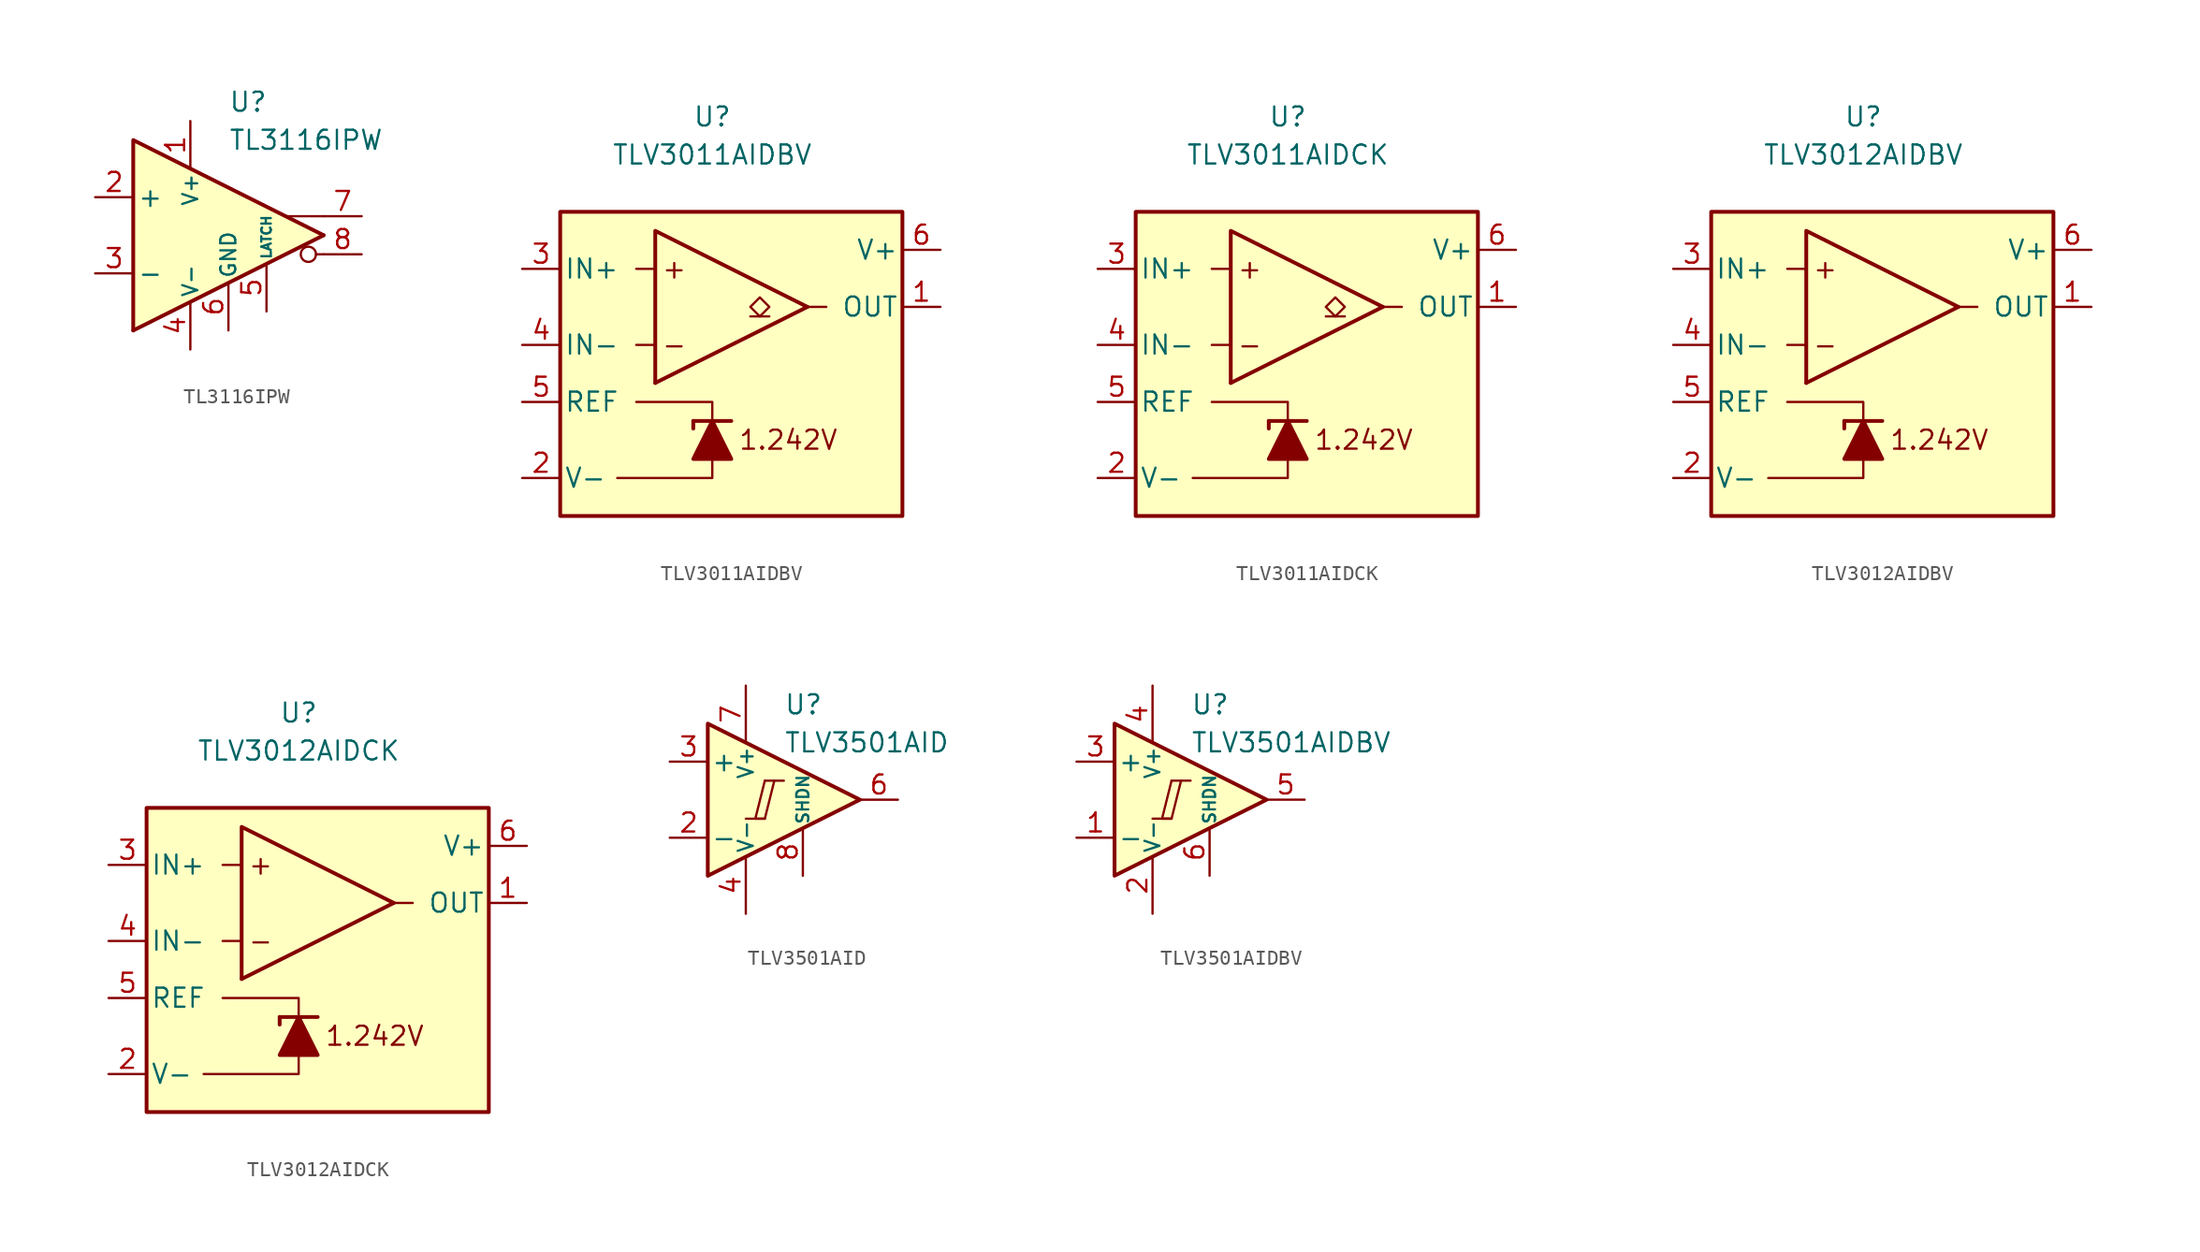
<source format=kicad_sym>
(kicad_symbol_lib
  (version 20211014)
  (generator kicad_symbol_editor)
  (symbol "TL3116IPW"
    (pin_names
      (offset 0.254))
    (property "Reference" "U"
      (at 0 8.89 0)
      (effects (font (size 1.27 1.27)) (justify left)))
    (property "Value" "TL3116IPW"
      (at 0 6.35 0)
      (effects (font (size 1.27 1.27)) (justify left)))
    (symbol "TL3116IPW_0_0"
      (polyline (pts (xy 6.35 -1.27) (xy 5.842 -1.27)) (stroke (width 0.152) (type default) (color 0 0 0 0)) (fill (type none)))
      (polyline (pts (xy 6.35 0) (xy -6.35 -6.35)) (stroke (width 0.254) (type default) (color 0 0 0 0)) (fill (type none)))
      (polyline (pts (xy 6.35 1.27) (xy 3.81 1.27)) (stroke (width 0.152) (type default) (color 0 0 0 0)) (fill (type none)))
      (polyline (pts (xy 6.35 0) (xy -6.35 6.35) (xy -6.35 -6.35)) (stroke (width 0.254) (type default) (color 0 0 0 0)) (fill (type background)))
      (circle (center 5.334 -1.27) (radius 0.508) (stroke (width 0.152) (type default) (color 0 0 0 0)) (fill (type none))))
    (symbol "TL3116IPW_1_1"
      (pin power_in line (at -2.54 7.62 270) (length 3.18) (name "V+" (effects (font (size 1 1)))) (number "1" (effects (font (size 1.27 1.27)))))
      (pin input line (at -8.89 2.54 0) (length 2.54) (name "+" (effects (font (size 1.27 1.27)))) (number "2" (effects (font (size 1.27 1.27)))))
      (pin input line (at -8.89 -2.54 0) (length 2.54) (name "-" (effects (font (size 1.27 1.27)))) (number "3" (effects (font (size 1.27 1.27)))))
      (pin power_in line (at -2.54 -7.62 90) (length 3.18) (name "V-" (effects (font (size 1 1)))) (number "4" (effects (font (size 1.27 1.27)))))
      (pin input line (at 2.54 -5.08 90) (length 3.18) (name "LATCH" (effects (font (size 0.635 0.635)))) (number "5" (effects (font (size 1.27 1.27)))))
      (pin power_in line (at 0 -6.35 90) (length 3.18) (name "GND" (effects (font (size 1 1)))) (number "6" (effects (font (size 1.27 1.27)))))
      (pin output line (at 8.89 1.27 180) (length 2.54) (name "~" (effects (font (size 1.27 1.27)))) (number "7" (effects (font (size 1.27 1.27)))))
      (pin output line (at 8.89 -1.27 180) (length 2.54) (name "~" (effects (font (size 1.27 1.27)))) (number "8" (effects (font (size 1.27 1.27)))))))
  (symbol "TLV3011AIDBV"
    (pin_names
      (offset 0.254))
    (property "Reference" "U"
      (at 0 16.51 0)
      (effects (font (size 1.27 1.27))))
    (property "Value" "TLV3011AIDBV"
      (at 0 13.97 0)
      (effects (font (size 1.27 1.27))))
    (symbol "TLV3011AIDBV_0_0"
      (polyline (pts (xy 6.35 3.81) (xy -3.81 -1.27)) (stroke (width 0.254) (type default) (color 0 0 0 0)) (fill (type none)))
      (polyline (pts (xy 6.35 3.81) (xy -3.81 8.89) (xy -3.81 -1.27)) (stroke (width 0.254) (type default) (color 0 0 0 0)) (fill (type background)))
      (text "+" (at -2.54 6.35 0) (effects (font (size 1.27 1.27))))
      (text "-" (at -2.54 1.27 0) (effects (font (size 1.27 1.27))))
      (text "1.242V" (at 5.08 -5.08 0) (effects (font (size 1.27 1.27)))))
    (symbol "TLV3011AIDBV_0_1"
      (rectangle (start -10.16 10.16) (end 12.7 -10.16) (stroke (width 0.254) (type default) (color 0 0 0 0)) (fill (type background)))
      (polyline (pts (xy -3.81 1.27) (xy -5.08 1.27)) (stroke (width 0) (type default) (color 0 0 0 0)) (fill (type none)))
      (polyline (pts (xy -3.81 6.35) (xy -5.08 6.35)) (stroke (width 0) (type default) (color 0 0 0 0)) (fill (type none)))
      (polyline (pts (xy -1.27 -3.81) (xy -1.27 -4.318)) (stroke (width 0.254) (type default) (color 0 0 0 0)) (fill (type none)))
      (polyline (pts (xy -1.27 -3.81) (xy 1.27 -3.81)) (stroke (width 0.254) (type default) (color 0 0 0 0)) (fill (type none)))
      (polyline (pts (xy 6.35 3.81) (xy 7.62 3.81)) (stroke (width 0) (type default) (color 0 0 0 0)) (fill (type none)))
      (polyline (pts (xy 0 -6.35) (xy 0 -7.62) (xy -6.35 -7.62)) (stroke (width 0) (type default) (color 0 0 0 0)) (fill (type none)))
      (polyline (pts (xy 0 -3.81) (xy 0 -2.54) (xy -5.08 -2.54)) (stroke (width 0) (type default) (color 0 0 0 0)) (fill (type none)))
      (polyline (pts (xy 1.27 -6.35) (xy -1.27 -6.35) (xy 0 -3.81) (xy 1.27 -6.35)) (stroke (width 0.254) (type default) (color 0 0 0 0)) (fill (type outline))))
    (symbol "TLV3011AIDBV_1_1"
      (polyline (pts (xy 3.81 3.175) (xy 2.54 3.175)) (stroke (width 0.152) (type default) (color 0 0 0 0)) (fill (type none)))
      (polyline (pts (xy 3.175 3.175) (xy 2.54 3.81) (xy 3.175 4.445) (xy 3.81 3.81) (xy 3.175 3.175)) (stroke (width 0.152) (type default) (color 0 0 0 0)) (fill (type none)))
      (pin open_collector line (at 15.24 3.81 180) (length 2.54) (name "OUT" (effects (font (size 1.27 1.27)))) (number "1" (effects (font (size 1.27 1.27)))))
      (pin power_in line (at -12.7 -7.62 0) (length 2.54) (name "V-" (effects (font (size 1.27 1.27)))) (number "2" (effects (font (size 1.27 1.27)))))
      (pin input line (at -12.7 6.35 0) (length 2.54) (name "IN+" (effects (font (size 1.27 1.27)))) (number "3" (effects (font (size 1.27 1.27)))))
      (pin input line (at -12.7 1.27 0) (length 2.54) (name "IN-" (effects (font (size 1.27 1.27)))) (number "4" (effects (font (size 1.27 1.27)))))
      (pin output line (at -12.7 -2.54 0) (length 2.54) (name "REF" (effects (font (size 1.27 1.27)))) (number "5" (effects (font (size 1.27 1.27)))))
      (pin power_in line (at 15.24 7.62 180) (length 2.54) (name "V+" (effects (font (size 1.27 1.27)))) (number "6" (effects (font (size 1.27 1.27)))))))
  (symbol "TLV3011AIDCK"
    (pin_names
      (offset 0.254))
    (property "Reference" "U"
      (at 0 16.51 0)
      (effects (font (size 1.27 1.27))))
    (property "Value" "TLV3011AIDCK"
      (at 0 13.97 0)
      (effects (font (size 1.27 1.27))))
    (symbol "TLV3011AIDCK_0_0"
      (polyline (pts (xy 6.35 3.81) (xy -3.81 -1.27)) (stroke (width 0.254) (type default) (color 0 0 0 0)) (fill (type none)))
      (polyline (pts (xy 6.35 3.81) (xy -3.81 8.89) (xy -3.81 -1.27)) (stroke (width 0.254) (type default) (color 0 0 0 0)) (fill (type background)))
      (text "+" (at -2.54 6.35 0) (effects (font (size 1.27 1.27))))
      (text "-" (at -2.54 1.27 0) (effects (font (size 1.27 1.27))))
      (text "1.242V" (at 5.08 -5.08 0) (effects (font (size 1.27 1.27)))))
    (symbol "TLV3011AIDCK_0_1"
      (rectangle (start -10.16 10.16) (end 12.7 -10.16) (stroke (width 0.254) (type default) (color 0 0 0 0)) (fill (type background)))
      (polyline (pts (xy -3.81 1.27) (xy -5.08 1.27)) (stroke (width 0) (type default) (color 0 0 0 0)) (fill (type none)))
      (polyline (pts (xy -3.81 6.35) (xy -5.08 6.35)) (stroke (width 0) (type default) (color 0 0 0 0)) (fill (type none)))
      (polyline (pts (xy -1.27 -3.81) (xy -1.27 -4.318)) (stroke (width 0.254) (type default) (color 0 0 0 0)) (fill (type none)))
      (polyline (pts (xy -1.27 -3.81) (xy 1.27 -3.81)) (stroke (width 0.254) (type default) (color 0 0 0 0)) (fill (type none)))
      (polyline (pts (xy 6.35 3.81) (xy 7.62 3.81)) (stroke (width 0) (type default) (color 0 0 0 0)) (fill (type none)))
      (polyline (pts (xy 0 -6.35) (xy 0 -7.62) (xy -6.35 -7.62)) (stroke (width 0) (type default) (color 0 0 0 0)) (fill (type none)))
      (polyline (pts (xy 0 -3.81) (xy 0 -2.54) (xy -5.08 -2.54)) (stroke (width 0) (type default) (color 0 0 0 0)) (fill (type none)))
      (polyline (pts (xy 1.27 -6.35) (xy -1.27 -6.35) (xy 0 -3.81) (xy 1.27 -6.35)) (stroke (width 0.254) (type default) (color 0 0 0 0)) (fill (type outline))))
    (symbol "TLV3011AIDCK_1_1"
      (polyline (pts (xy 3.81 3.175) (xy 2.54 3.175)) (stroke (width 0.152) (type default) (color 0 0 0 0)) (fill (type none)))
      (polyline (pts (xy 3.175 3.175) (xy 2.54 3.81) (xy 3.175 4.445) (xy 3.81 3.81) (xy 3.175 3.175)) (stroke (width 0.152) (type default) (color 0 0 0 0)) (fill (type none)))
      (pin open_collector line (at 15.24 3.81 180) (length 2.54) (name "OUT" (effects (font (size 1.27 1.27)))) (number "1" (effects (font (size 1.27 1.27)))))
      (pin power_in line (at -12.7 -7.62 0) (length 2.54) (name "V-" (effects (font (size 1.27 1.27)))) (number "2" (effects (font (size 1.27 1.27)))))
      (pin input line (at -12.7 6.35 0) (length 2.54) (name "IN+" (effects (font (size 1.27 1.27)))) (number "3" (effects (font (size 1.27 1.27)))))
      (pin input line (at -12.7 1.27 0) (length 2.54) (name "IN-" (effects (font (size 1.27 1.27)))) (number "4" (effects (font (size 1.27 1.27)))))
      (pin output line (at -12.7 -2.54 0) (length 2.54) (name "REF" (effects (font (size 1.27 1.27)))) (number "5" (effects (font (size 1.27 1.27)))))
      (pin power_in line (at 15.24 7.62 180) (length 2.54) (name "V+" (effects (font (size 1.27 1.27)))) (number "6" (effects (font (size 1.27 1.27)))))))
  (symbol "TLV3012AIDBV"
    (pin_names
      (offset 0.254))
    (property "Reference" "U"
      (at 0 16.51 0)
      (effects (font (size 1.27 1.27))))
    (property "Value" "TLV3012AIDBV"
      (at 0 13.97 0)
      (effects (font (size 1.27 1.27))))
    (symbol "TLV3012AIDBV_0_0"
      (polyline (pts (xy 6.35 3.81) (xy -3.81 -1.27)) (stroke (width 0.254) (type default) (color 0 0 0 0)) (fill (type none)))
      (polyline (pts (xy 6.35 3.81) (xy -3.81 8.89) (xy -3.81 -1.27)) (stroke (width 0.254) (type default) (color 0 0 0 0)) (fill (type background)))
      (text "+" (at -2.54 6.35 0) (effects (font (size 1.27 1.27))))
      (text "-" (at -2.54 1.27 0) (effects (font (size 1.27 1.27))))
      (text "1.242V" (at 5.08 -5.08 0) (effects (font (size 1.27 1.27)))))
    (symbol "TLV3012AIDBV_0_1"
      (rectangle (start -10.16 10.16) (end 12.7 -10.16) (stroke (width 0.254) (type default) (color 0 0 0 0)) (fill (type background)))
      (polyline (pts (xy -3.81 1.27) (xy -5.08 1.27)) (stroke (width 0) (type default) (color 0 0 0 0)) (fill (type none)))
      (polyline (pts (xy -3.81 6.35) (xy -5.08 6.35)) (stroke (width 0) (type default) (color 0 0 0 0)) (fill (type none)))
      (polyline (pts (xy -1.27 -3.81) (xy -1.27 -4.318)) (stroke (width 0.254) (type default) (color 0 0 0 0)) (fill (type none)))
      (polyline (pts (xy -1.27 -3.81) (xy 1.27 -3.81)) (stroke (width 0.254) (type default) (color 0 0 0 0)) (fill (type none)))
      (polyline (pts (xy 6.35 3.81) (xy 7.62 3.81)) (stroke (width 0) (type default) (color 0 0 0 0)) (fill (type none)))
      (polyline (pts (xy 0 -6.35) (xy 0 -7.62) (xy -6.35 -7.62)) (stroke (width 0) (type default) (color 0 0 0 0)) (fill (type none)))
      (polyline (pts (xy 0 -3.81) (xy 0 -2.54) (xy -5.08 -2.54)) (stroke (width 0) (type default) (color 0 0 0 0)) (fill (type none)))
      (polyline (pts (xy 1.27 -6.35) (xy -1.27 -6.35) (xy 0 -3.81) (xy 1.27 -6.35)) (stroke (width 0.254) (type default) (color 0 0 0 0)) (fill (type outline))))
    (symbol "TLV3012AIDBV_1_1"
      (pin output line (at 15.24 3.81 180) (length 2.54) (name "OUT" (effects (font (size 1.27 1.27)))) (number "1" (effects (font (size 1.27 1.27)))))
      (pin power_in line (at -12.7 -7.62 0) (length 2.54) (name "V-" (effects (font (size 1.27 1.27)))) (number "2" (effects (font (size 1.27 1.27)))))
      (pin input line (at -12.7 6.35 0) (length 2.54) (name "IN+" (effects (font (size 1.27 1.27)))) (number "3" (effects (font (size 1.27 1.27)))))
      (pin input line (at -12.7 1.27 0) (length 2.54) (name "IN-" (effects (font (size 1.27 1.27)))) (number "4" (effects (font (size 1.27 1.27)))))
      (pin output line (at -12.7 -2.54 0) (length 2.54) (name "REF" (effects (font (size 1.27 1.27)))) (number "5" (effects (font (size 1.27 1.27)))))
      (pin power_in line (at 15.24 7.62 180) (length 2.54) (name "V+" (effects (font (size 1.27 1.27)))) (number "6" (effects (font (size 1.27 1.27)))))))
  (symbol "TLV3012AIDCK"
    (pin_names
      (offset 0.254))
    (property "Reference" "U"
      (at 0 16.51 0)
      (effects (font (size 1.27 1.27))))
    (property "Value" "TLV3012AIDCK"
      (at 0 13.97 0)
      (effects (font (size 1.27 1.27))))
    (symbol "TLV3012AIDCK_0_0"
      (polyline (pts (xy 6.35 3.81) (xy -3.81 -1.27)) (stroke (width 0.254) (type default) (color 0 0 0 0)) (fill (type none)))
      (polyline (pts (xy 6.35 3.81) (xy -3.81 8.89) (xy -3.81 -1.27)) (stroke (width 0.254) (type default) (color 0 0 0 0)) (fill (type background)))
      (text "+" (at -2.54 6.35 0) (effects (font (size 1.27 1.27))))
      (text "-" (at -2.54 1.27 0) (effects (font (size 1.27 1.27))))
      (text "1.242V" (at 5.08 -5.08 0) (effects (font (size 1.27 1.27)))))
    (symbol "TLV3012AIDCK_0_1"
      (rectangle (start -10.16 10.16) (end 12.7 -10.16) (stroke (width 0.254) (type default) (color 0 0 0 0)) (fill (type background)))
      (polyline (pts (xy -3.81 1.27) (xy -5.08 1.27)) (stroke (width 0) (type default) (color 0 0 0 0)) (fill (type none)))
      (polyline (pts (xy -3.81 6.35) (xy -5.08 6.35)) (stroke (width 0) (type default) (color 0 0 0 0)) (fill (type none)))
      (polyline (pts (xy -1.27 -3.81) (xy -1.27 -4.318)) (stroke (width 0.254) (type default) (color 0 0 0 0)) (fill (type none)))
      (polyline (pts (xy -1.27 -3.81) (xy 1.27 -3.81)) (stroke (width 0.254) (type default) (color 0 0 0 0)) (fill (type none)))
      (polyline (pts (xy 6.35 3.81) (xy 7.62 3.81)) (stroke (width 0) (type default) (color 0 0 0 0)) (fill (type none)))
      (polyline (pts (xy 0 -6.35) (xy 0 -7.62) (xy -6.35 -7.62)) (stroke (width 0) (type default) (color 0 0 0 0)) (fill (type none)))
      (polyline (pts (xy 0 -3.81) (xy 0 -2.54) (xy -5.08 -2.54)) (stroke (width 0) (type default) (color 0 0 0 0)) (fill (type none)))
      (polyline (pts (xy 1.27 -6.35) (xy -1.27 -6.35) (xy 0 -3.81) (xy 1.27 -6.35)) (stroke (width 0.254) (type default) (color 0 0 0 0)) (fill (type outline))))
    (symbol "TLV3012AIDCK_1_1"
      (pin output line (at 15.24 3.81 180) (length 2.54) (name "OUT" (effects (font (size 1.27 1.27)))) (number "1" (effects (font (size 1.27 1.27)))))
      (pin power_in line (at -12.7 -7.62 0) (length 2.54) (name "V-" (effects (font (size 1.27 1.27)))) (number "2" (effects (font (size 1.27 1.27)))))
      (pin input line (at -12.7 6.35 0) (length 2.54) (name "IN+" (effects (font (size 1.27 1.27)))) (number "3" (effects (font (size 1.27 1.27)))))
      (pin input line (at -12.7 1.27 0) (length 2.54) (name "IN-" (effects (font (size 1.27 1.27)))) (number "4" (effects (font (size 1.27 1.27)))))
      (pin output line (at -12.7 -2.54 0) (length 2.54) (name "REF" (effects (font (size 1.27 1.27)))) (number "5" (effects (font (size 1.27 1.27)))))
      (pin power_in line (at 15.24 7.62 180) (length 2.54) (name "V+" (effects (font (size 1.27 1.27)))) (number "6" (effects (font (size 1.27 1.27)))))))
  (symbol "TLV3501AID"
    (pin_names
      (offset 0.2))
    (property "Reference" "U"
      (at 1.27 6.35 0)
      (effects (font (size 1.27 1.27)) (justify left)))
    (property "Value" "TLV3501AID"
      (at 1.27 3.81 0)
      (effects (font (size 1.27 1.27)) (justify left)))
    (symbol "TLV3501AID_0_0"
      (polyline (pts (xy -1.27 -1.27) (xy 0 -1.27)) (stroke (width 0.152) (type default) (color 0 0 0 0)) (fill (type none)))
      (polyline (pts (xy 0 1.27) (xy 1.27 1.27)) (stroke (width 0.152) (type default) (color 0 0 0 0)) (fill (type none)))
      (polyline (pts (xy 0 1.27) (xy -0.635 -1.27) (xy 0 -1.27) (xy 0.635 1.27)) (stroke (width 0.152) (type default) (color 0 0 0 0)) (fill (type none))))
    (symbol "TLV3501AID_0_1"
      (polyline (pts (xy -3.81 5.08) (xy -3.81 -5.08) (xy 6.35 0) (xy -3.81 5.08)) (stroke (width 0.254) (type default) (color 0 0 0 0)) (fill (type background))))
    (symbol "TLV3501AID_1_1"
      (pin no_connect line (at -1.27 1.27 0) (length 2.54) hide (name "NC" (effects (font (size 1.27 1.27)))) (number "1" (effects (font (size 1.27 1.27)))))
      (pin input line (at -6.35 -2.54 0) (length 2.54) (name "-" (effects (font (size 1.27 1.27)))) (number "2" (effects (font (size 1.27 1.27)))))
      (pin input line (at -6.35 2.54 0) (length 2.54) (name "+" (effects (font (size 1.27 1.27)))) (number "3" (effects (font (size 1.27 1.27)))))
      (pin power_in line (at -1.27 -7.62 90) (length 3.81) (name "V-" (effects (font (size 1 1)))) (number "4" (effects (font (size 1.27 1.27)))))
      (pin no_connect line (at -1.27 -1.27 0) (length 2.54) hide (name "NC" (effects (font (size 1.27 1.27)))) (number "5" (effects (font (size 1.27 1.27)))))
      (pin output line (at 8.89 0 180) (length 2.54) (name "~" (effects (font (size 1.27 1.27)))) (number "6" (effects (font (size 1.27 1.27)))))
      (pin power_in line (at -1.27 7.62 270) (length 3.81) (name "V+" (effects (font (size 1 1)))) (number "7" (effects (font (size 1.27 1.27)))))
      (pin input line (at 2.54 -5.08 90) (length 3.18) (name "SHDN" (effects (font (size 0.8 0.8)))) (number "8" (effects (font (size 1.27 1.27)))))))
  (symbol "TLV3501AIDBV"
    (pin_names
      (offset 0.2))
    (property "Reference" "U"
      (at 1.27 6.35 0)
      (effects (font (size 1.27 1.27)) (justify left)))
    (property "Value" "TLV3501AIDBV"
      (at 1.27 3.81 0)
      (effects (font (size 1.27 1.27)) (justify left)))
    (symbol "TLV3501AIDBV_0_0"
      (polyline (pts (xy -1.27 -1.27) (xy 0 -1.27)) (stroke (width 0.152) (type default) (color 0 0 0 0)) (fill (type none)))
      (polyline (pts (xy 0 1.27) (xy 1.27 1.27)) (stroke (width 0.152) (type default) (color 0 0 0 0)) (fill (type none)))
      (polyline (pts (xy 0 1.27) (xy -0.635 -1.27) (xy 0 -1.27) (xy 0.635 1.27)) (stroke (width 0.152) (type default) (color 0 0 0 0)) (fill (type none))))
    (symbol "TLV3501AIDBV_0_1"
      (polyline (pts (xy -3.81 5.08) (xy -3.81 -5.08) (xy 6.35 0) (xy -3.81 5.08)) (stroke (width 0.254) (type default) (color 0 0 0 0)) (fill (type background))))
    (symbol "TLV3501AIDBV_1_1"
      (pin input line (at -6.35 -2.54 0) (length 2.54) (name "-" (effects (font (size 1.27 1.27)))) (number "1" (effects (font (size 1.27 1.27)))))
      (pin power_in line (at -1.27 -7.62 90) (length 3.81) (name "V-" (effects (font (size 1 1)))) (number "2" (effects (font (size 1.27 1.27)))))
      (pin input line (at -6.35 2.54 0) (length 2.54) (name "+" (effects (font (size 1.27 1.27)))) (number "3" (effects (font (size 1.27 1.27)))))
      (pin power_in line (at -1.27 7.62 270) (length 3.81) (name "V+" (effects (font (size 1 1)))) (number "4" (effects (font (size 1.27 1.27)))))
      (pin output line (at 8.89 0 180) (length 2.54) (name "~" (effects (font (size 1.27 1.27)))) (number "5" (effects (font (size 1.27 1.27)))))
      (pin input line (at 2.54 -5.08 90) (length 3.18) (name "SHDN" (effects (font (size 0.8 0.8)))) (number "6" (effects (font (size 1.27 1.27))))))))
</source>
